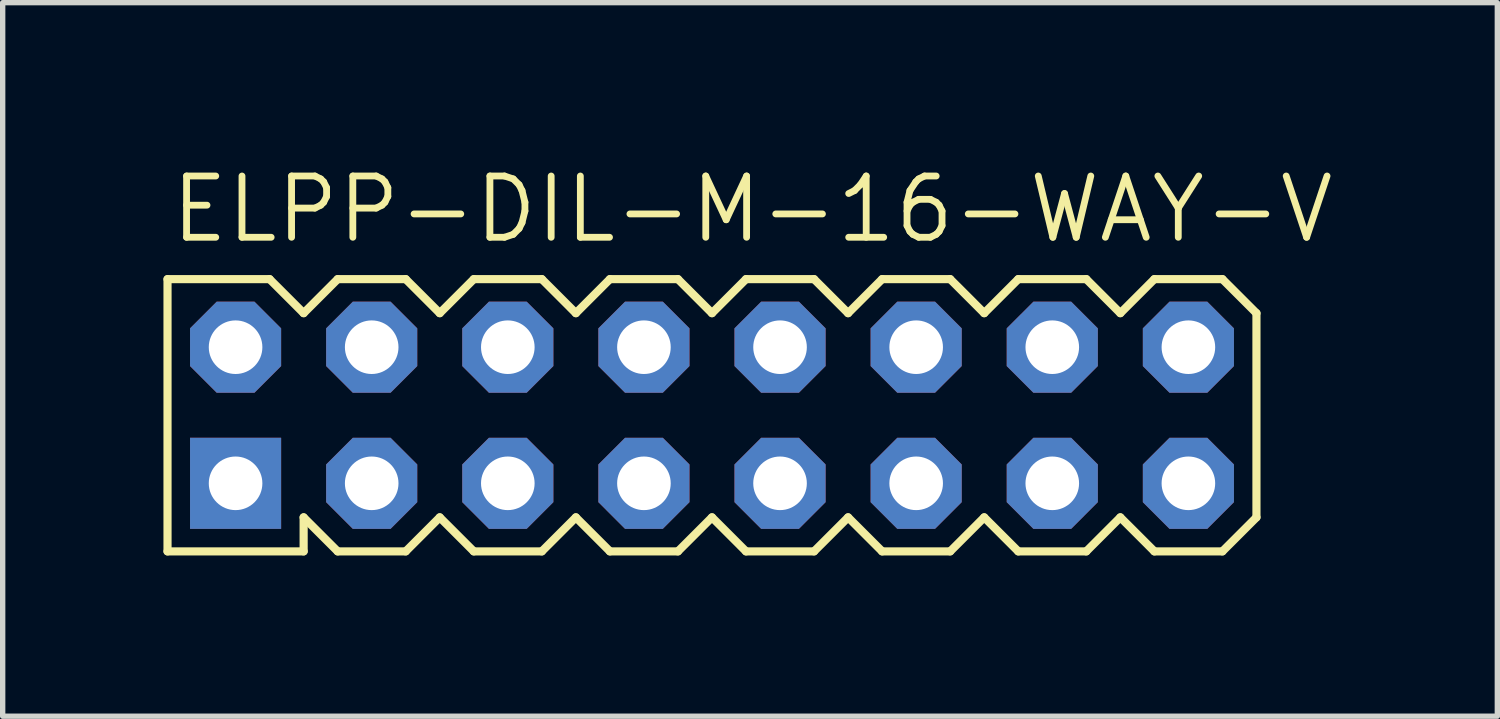
<source format=kicad_pcb>
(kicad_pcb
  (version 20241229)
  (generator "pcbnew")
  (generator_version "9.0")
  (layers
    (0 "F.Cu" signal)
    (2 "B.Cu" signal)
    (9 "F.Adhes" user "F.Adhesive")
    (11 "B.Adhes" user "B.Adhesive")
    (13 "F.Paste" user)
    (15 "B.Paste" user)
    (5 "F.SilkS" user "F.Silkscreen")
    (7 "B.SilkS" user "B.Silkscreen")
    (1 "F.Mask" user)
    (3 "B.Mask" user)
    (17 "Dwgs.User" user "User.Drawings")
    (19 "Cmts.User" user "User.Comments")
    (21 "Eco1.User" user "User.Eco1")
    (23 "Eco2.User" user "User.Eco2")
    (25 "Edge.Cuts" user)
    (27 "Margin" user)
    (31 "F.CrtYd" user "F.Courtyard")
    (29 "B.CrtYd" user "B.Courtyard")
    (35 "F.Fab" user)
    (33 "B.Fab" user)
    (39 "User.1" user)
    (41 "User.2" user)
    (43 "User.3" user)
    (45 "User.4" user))
  (footprint "ELPP-DIL-M-16-WAY-V"
    (layer "F.Cu")
    (at 10.236 4.699)
    (property "Reference" "ELPP-DIL-M-16-WAY-V" (at -10.16 -3.175 0) (unlocked yes) (layer "F.SilkS") (effects (font (size 1.143 1.143) (thickness 0.127)) (justify left bottom)))
    (fp_line (start -10.16 -2.54) (end -8.255 -2.54) (stroke (width 0.152) (type solid)) (layer "F.SilkS"))
    (fp_line (start -10.16 2.54) (end -10.16 -2.54) (stroke (width 0.152) (type solid)) (layer "F.SilkS"))
    (fp_line (start -10.16 2.54) (end -7.62 2.54) (stroke (width 0.152) (type solid)) (layer "F.SilkS"))
    (fp_line (start -8.255 -2.54) (end -7.62 -1.905) (stroke (width 0.152) (type solid)) (layer "F.SilkS"))
    (fp_line (start -7.62 -1.905) (end -6.985 -2.54) (stroke (width 0.152) (type solid)) (layer "F.SilkS"))
    (fp_line (start -7.62 2.54) (end -7.62 1.905) (stroke (width 0.152) (type solid)) (layer "F.SilkS"))
    (fp_line (start -6.985 -2.54) (end -5.715 -2.54) (stroke (width 0.152) (type solid)) (layer "F.SilkS"))
    (fp_line (start -6.985 2.54) (end -7.62 1.905) (stroke (width 0.152) (type solid)) (layer "F.SilkS"))
    (fp_line (start -5.715 -2.54) (end -5.08 -1.905) (stroke (width 0.152) (type solid)) (layer "F.SilkS"))
    (fp_line (start -5.715 2.54) (end -6.985 2.54) (stroke (width 0.152) (type solid)) (layer "F.SilkS"))
    (fp_line (start -5.08 -1.905) (end -4.445 -2.54) (stroke (width 0.152) (type solid)) (layer "F.SilkS"))
    (fp_line (start -5.08 1.905) (end -5.715 2.54) (stroke (width 0.152) (type solid)) (layer "F.SilkS"))
    (fp_line (start -4.445 -2.54) (end -3.175 -2.54) (stroke (width 0.152) (type solid)) (layer "F.SilkS"))
    (fp_line (start -4.445 2.54) (end -5.08 1.905) (stroke (width 0.152) (type solid)) (layer "F.SilkS"))
    (fp_line (start -3.175 -2.54) (end -2.54 -1.905) (stroke (width 0.152) (type solid)) (layer "F.SilkS"))
    (fp_line (start -3.175 2.54) (end -4.445 2.54) (stroke (width 0.152) (type solid)) (layer "F.SilkS"))
    (fp_line (start -2.54 1.905) (end -3.175 2.54) (stroke (width 0.152) (type solid)) (layer "F.SilkS"))
    (fp_line (start -2.54 1.905) (end -1.905 2.54) (stroke (width 0.152) (type solid)) (layer "F.SilkS"))
    (fp_line (start -1.905 -2.54) (end -2.54 -1.905) (stroke (width 0.152) (type solid)) (layer "F.SilkS"))
    (fp_line (start -1.905 -2.54) (end -0.635 -2.54) (stroke (width 0.152) (type solid)) (layer "F.SilkS"))
    (fp_line (start -0.635 -2.54) (end 0 -1.905) (stroke (width 0.152) (type solid)) (layer "F.SilkS"))
    (fp_line (start -0.635 2.54) (end -1.905 2.54) (stroke (width 0.152) (type solid)) (layer "F.SilkS"))
    (fp_line (start 0 -1.905) (end 0.635 -2.54) (stroke (width 0.152) (type solid)) (layer "F.SilkS"))
    (fp_line (start 0 1.905) (end -0.635 2.54) (stroke (width 0.152) (type solid)) (layer "F.SilkS"))
    (fp_line (start 0.635 -2.54) (end 1.905 -2.54) (stroke (width 0.152) (type solid)) (layer "F.SilkS"))
    (fp_line (start 0.635 2.54) (end 0 1.905) (stroke (width 0.152) (type solid)) (layer "F.SilkS"))
    (fp_line (start 1.905 -2.54) (end 2.54 -1.905) (stroke (width 0.152) (type solid)) (layer "F.SilkS"))
    (fp_line (start 1.905 2.54) (end 0.635 2.54) (stroke (width 0.152) (type solid)) (layer "F.SilkS"))
    (fp_line (start 2.54 -1.905) (end 3.175 -2.54) (stroke (width 0.152) (type solid)) (layer "F.SilkS"))
    (fp_line (start 2.54 1.905) (end 1.905 2.54) (stroke (width 0.152) (type solid)) (layer "F.SilkS"))
    (fp_line (start 3.175 -2.54) (end 4.445 -2.54) (stroke (width 0.152) (type solid)) (layer "F.SilkS"))
    (fp_line (start 3.175 2.54) (end 2.54 1.905) (stroke (width 0.152) (type solid)) (layer "F.SilkS"))
    (fp_line (start 4.445 -2.54) (end 5.08 -1.905) (stroke (width 0.152) (type solid)) (layer "F.SilkS"))
    (fp_line (start 4.445 2.54) (end 3.175 2.54) (stroke (width 0.152) (type solid)) (layer "F.SilkS"))
    (fp_line (start 5.08 -1.905) (end 5.715 -2.54) (stroke (width 0.152) (type solid)) (layer "F.SilkS"))
    (fp_line (start 5.08 1.905) (end 4.445 2.54) (stroke (width 0.152) (type solid)) (layer "F.SilkS"))
    (fp_line (start 5.715 -2.54) (end 6.985 -2.54) (stroke (width 0.152) (type solid)) (layer "F.SilkS"))
    (fp_line (start 5.715 2.54) (end 5.08 1.905) (stroke (width 0.152) (type solid)) (layer "F.SilkS"))
    (fp_line (start 6.985 -2.54) (end 7.62 -1.905) (stroke (width 0.152) (type solid)) (layer "F.SilkS"))
    (fp_line (start 6.985 2.54) (end 5.715 2.54) (stroke (width 0.152) (type solid)) (layer "F.SilkS"))
    (fp_line (start 7.62 -1.905) (end 8.255 -2.54) (stroke (width 0.152) (type solid)) (layer "F.SilkS"))
    (fp_line (start 7.62 1.905) (end 6.985 2.54) (stroke (width 0.152) (type solid)) (layer "F.SilkS"))
    (fp_line (start 8.255 -2.54) (end 9.525 -2.54) (stroke (width 0.152) (type solid)) (layer "F.SilkS"))
    (fp_line (start 8.255 2.54) (end 7.62 1.905) (stroke (width 0.152) (type solid)) (layer "F.SilkS"))
    (fp_line (start 9.525 -2.54) (end 10.16 -1.905) (stroke (width 0.152) (type solid)) (layer "F.SilkS"))
    (fp_line (start 9.525 2.54) (end 8.255 2.54) (stroke (width 0.152) (type solid)) (layer "F.SilkS"))
    (fp_line (start 10.16 1.905) (end 9.525 2.54) (stroke (width 0.152) (type solid)) (layer "F.SilkS"))
    (fp_line (start 10.16 1.905) (end 10.16 -1.905) (stroke (width 0.152) (type solid)) (layer "F.SilkS"))
    (fp_poly (pts (xy -9.144 -1.016) (xy -8.636 -1.016) (xy -8.636 -1.524) (xy -9.144 -1.524)) (stroke (width 0.1) (type default)) (fill no) (layer "F.Fab"))
    (fp_poly (pts (xy -9.144 1.524) (xy -8.636 1.524) (xy -8.636 1.016) (xy -9.144 1.016)) (stroke (width 0.1) (type default)) (fill no) (layer "F.Fab"))
    (fp_poly (pts (xy -6.604 -1.016) (xy -6.096 -1.016) (xy -6.096 -1.524) (xy -6.604 -1.524)) (stroke (width 0.1) (type default)) (fill no) (layer "F.Fab"))
    (fp_poly (pts (xy -6.604 1.524) (xy -6.096 1.524) (xy -6.096 1.016) (xy -6.604 1.016)) (stroke (width 0.1) (type default)) (fill no) (layer "F.Fab"))
    (fp_poly (pts (xy -4.064 -1.016) (xy -3.556 -1.016) (xy -3.556 -1.524) (xy -4.064 -1.524)) (stroke (width 0.1) (type default)) (fill no) (layer "F.Fab"))
    (fp_poly (pts (xy -4.064 1.524) (xy -3.556 1.524) (xy -3.556 1.016) (xy -4.064 1.016)) (stroke (width 0.1) (type default)) (fill no) (layer "F.Fab"))
    (fp_poly (pts (xy -1.524 -1.016) (xy -1.016 -1.016) (xy -1.016 -1.524) (xy -1.524 -1.524)) (stroke (width 0.1) (type default)) (fill no) (layer "F.Fab"))
    (fp_poly (pts (xy -1.524 1.524) (xy -1.016 1.524) (xy -1.016 1.016) (xy -1.524 1.016)) (stroke (width 0.1) (type default)) (fill no) (layer "F.Fab"))
    (fp_poly (pts (xy 1.016 -1.016) (xy 1.524 -1.016) (xy 1.524 -1.524) (xy 1.016 -1.524)) (stroke (width 0.1) (type default)) (fill no) (layer "F.Fab"))
    (fp_poly (pts (xy 1.016 1.524) (xy 1.524 1.524) (xy 1.524 1.016) (xy 1.016 1.016)) (stroke (width 0.1) (type default)) (fill no) (layer "F.Fab"))
    (fp_poly (pts (xy 3.556 -1.016) (xy 4.064 -1.016) (xy 4.064 -1.524) (xy 3.556 -1.524)) (stroke (width 0.1) (type default)) (fill no) (layer "F.Fab"))
    (fp_poly (pts (xy 3.556 1.524) (xy 4.064 1.524) (xy 4.064 1.016) (xy 3.556 1.016)) (stroke (width 0.1) (type default)) (fill no) (layer "F.Fab"))
    (fp_poly (pts (xy 6.096 -1.016) (xy 6.604 -1.016) (xy 6.604 -1.524) (xy 6.096 -1.524)) (stroke (width 0.1) (type default)) (fill no) (layer "F.Fab"))
    (fp_poly (pts (xy 6.096 1.524) (xy 6.604 1.524) (xy 6.604 1.016) (xy 6.096 1.016)) (stroke (width 0.1) (type default)) (fill no) (layer "F.Fab"))
    (fp_poly (pts (xy 8.636 -1.016) (xy 9.144 -1.016) (xy 9.144 -1.524) (xy 8.636 -1.524)) (stroke (width 0.1) (type default)) (fill no) (layer "F.Fab"))
    (fp_poly (pts (xy 8.636 1.524) (xy 9.144 1.524) (xy 9.144 1.016) (xy 8.636 1.016)) (stroke (width 0.1) (type default)) (fill no) (layer "F.Fab"))
    (pad "1" thru_hole rect (at -8.89 1.27 90) (size 1.7 1.7) (drill 1) (layers "*.Cu" "*.Mask"))
    (pad "2" thru_hole roundrect (at -8.89 -1.27 90) (size 1.7 1.7) (drill 1) (layers "*.Cu" "*.Mask") (roundrect_rratio 0.25) (chamfer_ratio 0.293) (chamfer top_left top_right bottom_left bottom_right))
    (pad "3" thru_hole roundrect (at -6.35 1.27 90) (size 1.7 1.7) (drill 1) (layers "*.Cu" "*.Mask") (roundrect_rratio 0.25) (chamfer_ratio 0.293) (chamfer top_left top_right bottom_left bottom_right))
    (pad "4" thru_hole roundrect (at -6.35 -1.27 90) (size 1.7 1.7) (drill 1) (layers "*.Cu" "*.Mask") (roundrect_rratio 0.25) (chamfer_ratio 0.293) (chamfer top_left top_right bottom_left bottom_right))
    (pad "5" thru_hole roundrect (at -3.81 1.27 90) (size 1.7 1.7) (drill 1) (layers "*.Cu" "*.Mask") (roundrect_rratio 0.25) (chamfer_ratio 0.293) (chamfer top_left top_right bottom_left bottom_right))
    (pad "6" thru_hole roundrect (at -3.81 -1.27 90) (size 1.7 1.7) (drill 1) (layers "*.Cu" "*.Mask") (roundrect_rratio 0.25) (chamfer_ratio 0.293) (chamfer top_left top_right bottom_left bottom_right))
    (pad "7" thru_hole roundrect (at -1.27 1.27 90) (size 1.7 1.7) (drill 1) (layers "*.Cu" "*.Mask") (roundrect_rratio 0.25) (chamfer_ratio 0.293) (chamfer top_left top_right bottom_left bottom_right))
    (pad "8" thru_hole roundrect (at -1.27 -1.27 90) (size 1.7 1.7) (drill 1) (layers "*.Cu" "*.Mask") (roundrect_rratio 0.25) (chamfer_ratio 0.293) (chamfer top_left top_right bottom_left bottom_right))
    (pad "9" thru_hole roundrect (at 1.27 1.27 90) (size 1.7 1.7) (drill 1) (layers "*.Cu" "*.Mask") (roundrect_rratio 0.25) (chamfer_ratio 0.293) (chamfer top_left top_right bottom_left bottom_right))
    (pad "10" thru_hole roundrect (at 1.27 -1.27 90) (size 1.7 1.7) (drill 1) (layers "*.Cu" "*.Mask") (roundrect_rratio 0.25) (chamfer_ratio 0.293) (chamfer top_left top_right bottom_left bottom_right))
    (pad "11" thru_hole roundrect (at 3.81 1.27 90) (size 1.7 1.7) (drill 1) (layers "*.Cu" "*.Mask") (roundrect_rratio 0.25) (chamfer_ratio 0.293) (chamfer top_left top_right bottom_left bottom_right))
    (pad "12" thru_hole roundrect (at 3.81 -1.27 90) (size 1.7 1.7) (drill 1) (layers "*.Cu" "*.Mask") (roundrect_rratio 0.25) (chamfer_ratio 0.293) (chamfer top_left top_right bottom_left bottom_right))
    (pad "13" thru_hole roundrect (at 6.35 1.27 90) (size 1.7 1.7) (drill 1) (layers "*.Cu" "*.Mask") (roundrect_rratio 0.25) (chamfer_ratio 0.293) (chamfer top_left top_right bottom_left bottom_right))
    (pad "14" thru_hole roundrect (at 6.35 -1.27 90) (size 1.7 1.7) (drill 1) (layers "*.Cu" "*.Mask") (roundrect_rratio 0.25) (chamfer_ratio 0.293) (chamfer top_left top_right bottom_left bottom_right))
    (pad "15" thru_hole roundrect (at 8.89 1.27 90) (size 1.7 1.7) (drill 1) (layers "*.Cu" "*.Mask") (roundrect_rratio 0.25) (chamfer_ratio 0.293) (chamfer top_left top_right bottom_left bottom_right))
    (pad "16" thru_hole roundrect (at 8.89 -1.27 90) (size 1.7 1.7) (drill 1) (layers "*.Cu" "*.Mask") (roundrect_rratio 0.25) (chamfer_ratio 0.293) (chamfer top_left top_right bottom_left bottom_right)))
  (gr_rect
    (start -3 -3)
    (end 24.891 10.315)
    (stroke (width 0.1) (type default))
    (fill no)
    (layer "Edge.Cuts")))
</source>
